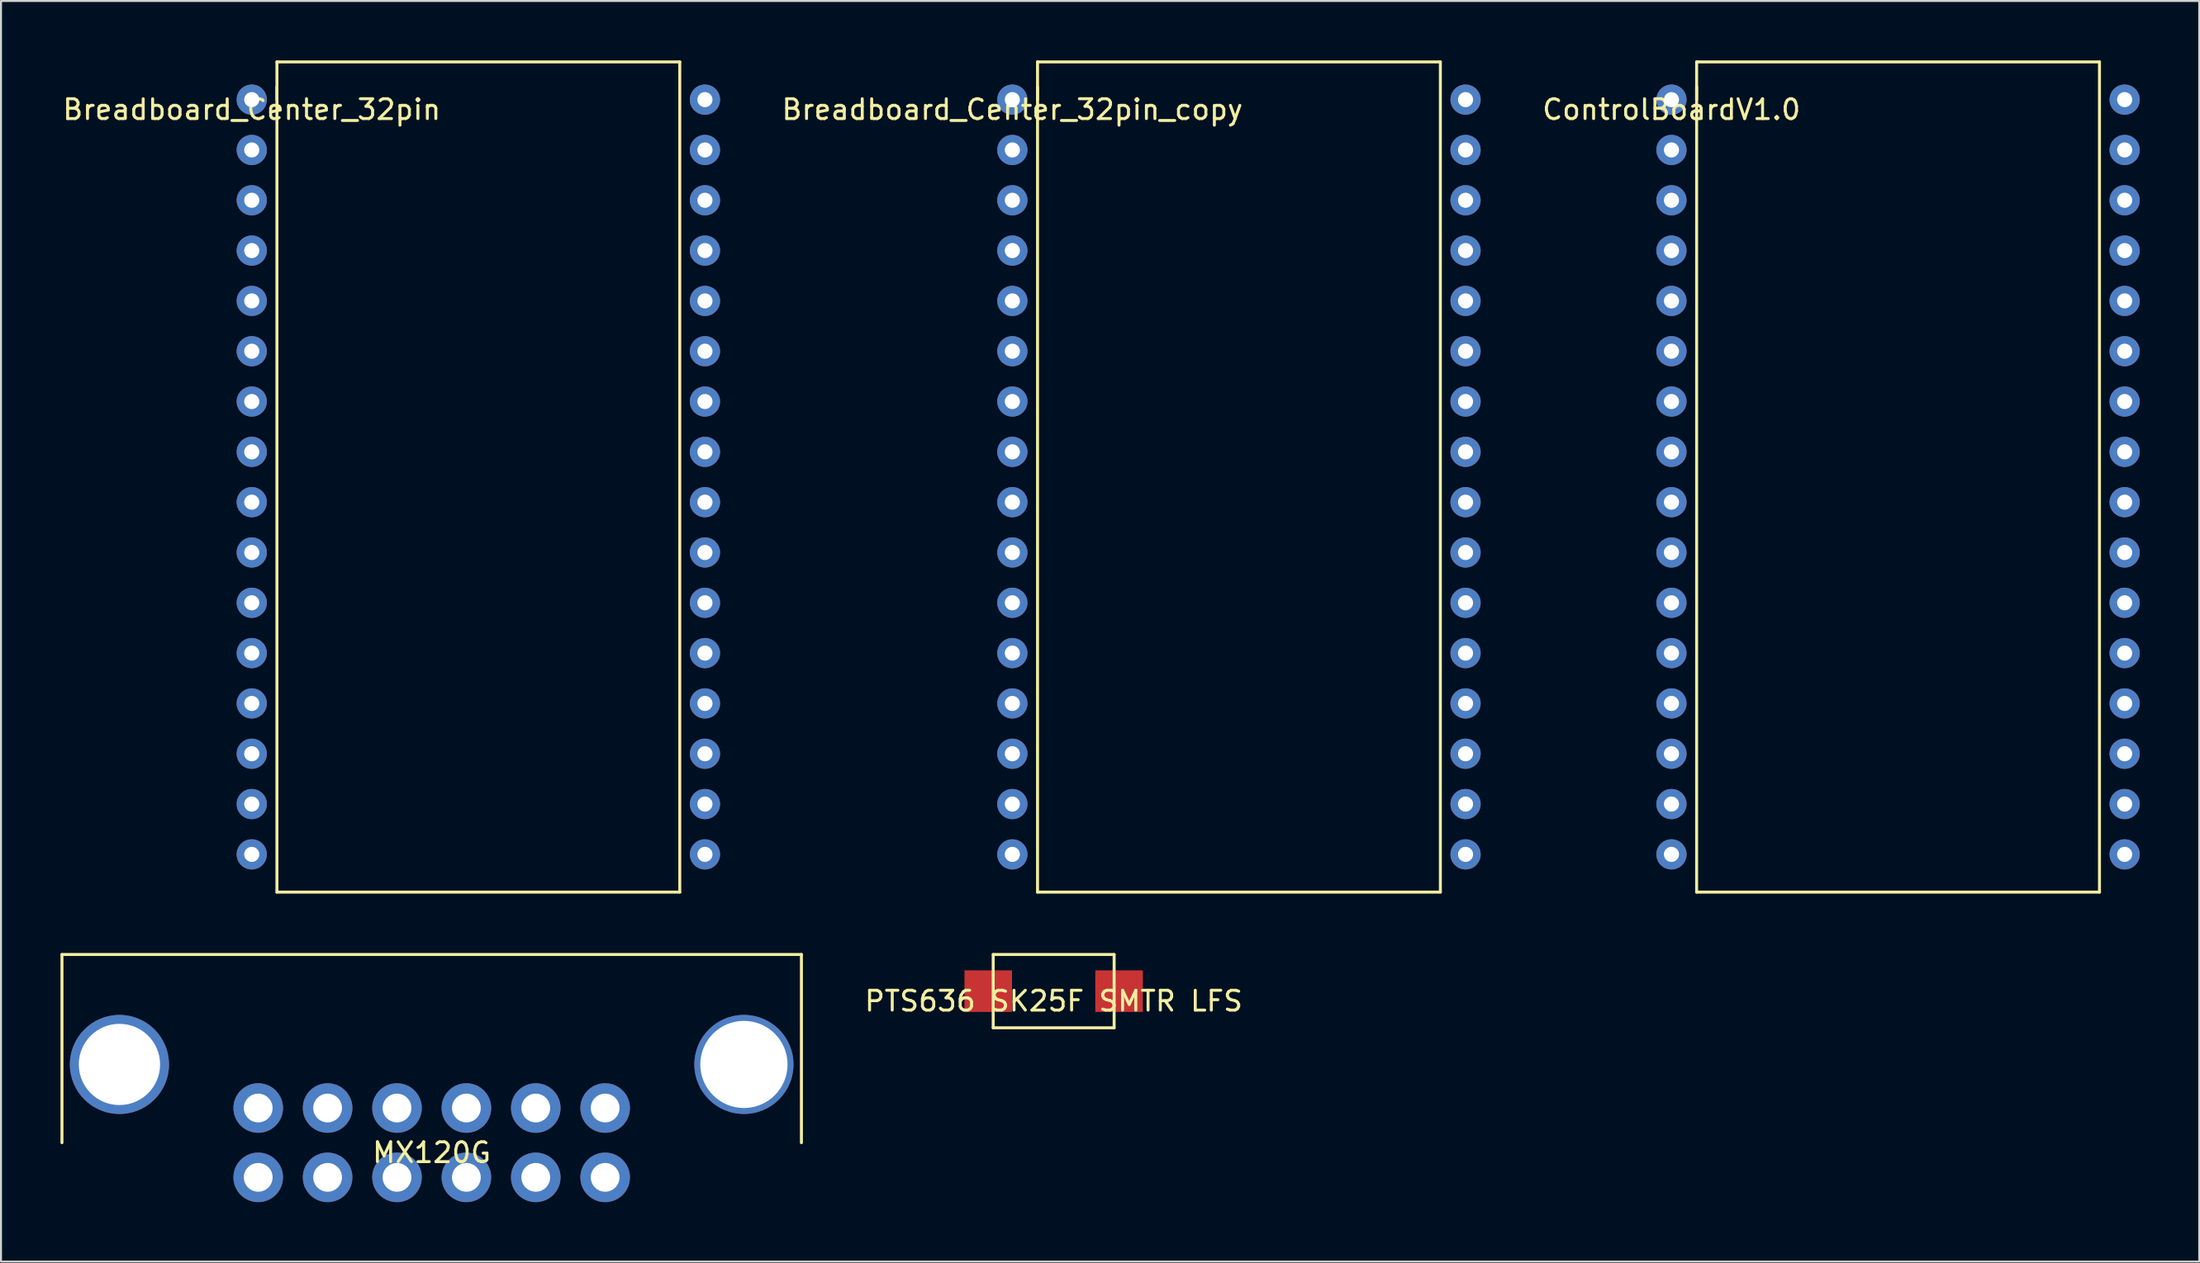
<source format=kicad_pcb>
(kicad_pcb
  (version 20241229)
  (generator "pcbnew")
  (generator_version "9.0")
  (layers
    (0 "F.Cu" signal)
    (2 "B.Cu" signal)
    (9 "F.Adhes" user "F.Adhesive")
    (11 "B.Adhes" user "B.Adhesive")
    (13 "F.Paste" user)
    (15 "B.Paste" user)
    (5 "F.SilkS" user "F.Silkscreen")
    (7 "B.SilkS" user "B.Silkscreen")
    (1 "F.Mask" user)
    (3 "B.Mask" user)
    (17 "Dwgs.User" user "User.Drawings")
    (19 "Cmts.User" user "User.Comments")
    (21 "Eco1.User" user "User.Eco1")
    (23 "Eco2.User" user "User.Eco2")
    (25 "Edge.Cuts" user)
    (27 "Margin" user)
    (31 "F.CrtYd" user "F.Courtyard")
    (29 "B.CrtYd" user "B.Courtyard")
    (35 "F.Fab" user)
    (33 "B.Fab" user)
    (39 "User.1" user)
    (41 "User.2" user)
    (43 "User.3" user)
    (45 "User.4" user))
  (footprint "MX120G"
    (layer "F.Cu")
    (at 18.725 54.635)
    (property "Reference" "MX120G" (at 0 0.5 0) (layer "F.SilkS") (effects (font (size 1 1) (thickness 0.15))))
    (attr through_hole)
    (fp_line (start -18.65 -9.5) (end 18.65 -9.5) (stroke (width 0.15) (type solid)) (layer "F.SilkS"))
    (fp_line (start -18.65 0) (end -18.65 -9.5) (stroke (width 0.15) (type solid)) (layer "F.SilkS"))
    (fp_line (start 18.65 0) (end 18.65 -9.5) (stroke (width 0.15) (type solid)) (layer "F.SilkS"))
    (pad "1" thru_hole circle (at 8.75 1.75) (size 2.5 2.5) (drill 1.45) (layers "*.Cu" "*.Mask"))
    (pad "2" thru_hole circle (at 5.25 1.75) (size 2.5 2.5) (drill 1.45) (layers "*.Cu" "*.Mask"))
    (pad "3" thru_hole circle (at 1.75 1.75) (size 2.5 2.5) (drill 1.45) (layers "*.Cu" "*.Mask"))
    (pad "4" thru_hole circle (at -1.75 1.75) (size 2.5 2.5) (drill 1.45) (layers "*.Cu" "*.Mask"))
    (pad "5" thru_hole circle (at -5.25 1.75) (size 2.5 2.5) (drill 1.45) (layers "*.Cu" "*.Mask"))
    (pad "6" thru_hole circle (at -8.75 1.75) (size 2.5 2.5) (drill 1.45) (layers "*.Cu" "*.Mask"))
    (pad "7" thru_hole circle (at 8.75 -1.75) (size 2.5 2.5) (drill 1.45) (layers "*.Cu" "*.Mask"))
    (pad "8" thru_hole circle (at 5.25 -1.75) (size 2.5 2.5) (drill 1.45) (layers "*.Cu" "*.Mask"))
    (pad "9" thru_hole circle (at 1.75 -1.75) (size 2.5 2.5) (drill 1.45) (layers "*.Cu" "*.Mask"))
    (pad "10" thru_hole circle (at -1.75 -1.75) (size 2.5 2.5) (drill 1.45) (layers "*.Cu" "*.Mask"))
    (pad "11" thru_hole circle (at -5.25 -1.75) (size 2.5 2.5) (drill 1.45) (layers "*.Cu" "*.Mask"))
    (pad "12" thru_hole circle (at -8.75 -1.75) (size 2.5 2.5) (drill 1.45) (layers "*.Cu" "*.Mask"))
    (pad "13" thru_hole circle (at -15.75 -3.95) (size 5 5) (drill 4.1) (layers "*.Cu" "*.Mask"))
    (pad "13" thru_hole circle (at 15.75 -3.95) (size 5 5) (drill 4.4) (layers "*.Cu" "*.Mask")))
  (footprint "ControlBoardV1.0"
    (layer "F.Cu")
    (at 81.262 1.98)
    (property "Reference" "ControlBoardV1.0" (at 0 0.5 0) (layer "F.SilkS") (effects (font (size 1 1) (thickness 0.15))))
    (attr through_hole)
    (fp_line (start 1.27 -1.905) (end 1.27 40.005) (stroke (width 0.15) (type solid)) (layer "F.SilkS"))
    (fp_line (start 1.27 -1.905) (end 21.59 -1.905) (stroke (width 0.15) (type solid)) (layer "F.SilkS"))
    (fp_line (start 1.27 0) (end 1.27 -0.635) (stroke (width 0.15) (type solid)) (layer "F.SilkS"))
    (fp_line (start 21.59 -1.905) (end 21.59 40.005) (stroke (width 0.15) (type solid)) (layer "F.SilkS"))
    (fp_line (start 21.59 40.005) (end 1.27 40.005) (stroke (width 0.15) (type solid)) (layer "F.SilkS"))
    (pad "1" thru_hole circle (at 0 0) (size 1.524 1.524) (drill 0.762) (layers "*.Cu" "*.Mask"))
    (pad "2" thru_hole circle (at 0 2.54) (size 1.524 1.524) (drill 0.762) (layers "*.Cu" "*.Mask"))
    (pad "3" thru_hole circle (at 0 5.08) (size 1.524 1.524) (drill 0.762) (layers "*.Cu" "*.Mask"))
    (pad "4" thru_hole circle (at 0 7.62) (size 1.524 1.524) (drill 0.762) (layers "*.Cu" "*.Mask"))
    (pad "5" thru_hole circle (at 0 10.16) (size 1.524 1.524) (drill 0.762) (layers "*.Cu" "*.Mask"))
    (pad "6" thru_hole circle (at 0 12.7) (size 1.524 1.524) (drill 0.762) (layers "*.Cu" "*.Mask"))
    (pad "7" thru_hole circle (at 0 15.24) (size 1.524 1.524) (drill 0.762) (layers "*.Cu" "*.Mask"))
    (pad "8" thru_hole circle (at 0 17.78) (size 1.524 1.524) (drill 0.762) (layers "*.Cu" "*.Mask"))
    (pad "9" thru_hole circle (at 0 20.32) (size 1.524 1.524) (drill 0.762) (layers "*.Cu" "*.Mask"))
    (pad "10" thru_hole circle (at 0 22.86) (size 1.524 1.524) (drill 0.762) (layers "*.Cu" "*.Mask"))
    (pad "11" thru_hole circle (at 0 25.4) (size 1.524 1.524) (drill 0.762) (layers "*.Cu" "*.Mask"))
    (pad "12" thru_hole circle (at 0 27.94) (size 1.524 1.524) (drill 0.762) (layers "*.Cu" "*.Mask"))
    (pad "13" thru_hole circle (at 0 30.48) (size 1.524 1.524) (drill 0.762) (layers "*.Cu" "*.Mask"))
    (pad "14" thru_hole circle (at 0 33.02) (size 1.524 1.524) (drill 0.762) (layers "*.Cu" "*.Mask"))
    (pad "15" thru_hole circle (at 0 35.56) (size 1.524 1.524) (drill 0.762) (layers "*.Cu" "*.Mask"))
    (pad "16" thru_hole circle (at 0 38.1) (size 1.524 1.524) (drill 0.762) (layers "*.Cu" "*.Mask"))
    (pad "17" thru_hole circle (at 22.86 0) (size 1.524 1.524) (drill 0.762) (layers "*.Cu" "*.Mask"))
    (pad "18" thru_hole circle (at 22.86 2.54) (size 1.524 1.524) (drill 0.762) (layers "*.Cu" "*.Mask"))
    (pad "19" thru_hole circle (at 22.86 5.08) (size 1.524 1.524) (drill 0.762) (layers "*.Cu" "*.Mask"))
    (pad "20" thru_hole circle (at 22.86 7.62) (size 1.524 1.524) (drill 0.762) (layers "*.Cu" "*.Mask"))
    (pad "21" thru_hole circle (at 22.86 10.16) (size 1.524 1.524) (drill 0.762) (layers "*.Cu" "*.Mask"))
    (pad "22" thru_hole circle (at 22.86 12.7) (size 1.524 1.524) (drill 0.762) (layers "*.Cu" "*.Mask"))
    (pad "23" thru_hole circle (at 22.86 15.24) (size 1.524 1.524) (drill 0.762) (layers "*.Cu" "*.Mask"))
    (pad "24" thru_hole circle (at 22.86 17.78) (size 1.524 1.524) (drill 0.762) (layers "*.Cu" "*.Mask"))
    (pad "25" thru_hole circle (at 22.86 20.32) (size 1.524 1.524) (drill 0.762) (layers "*.Cu" "*.Mask"))
    (pad "26" thru_hole circle (at 22.86 22.86) (size 1.524 1.524) (drill 0.762) (layers "*.Cu" "*.Mask"))
    (pad "27" thru_hole circle (at 22.86 25.4) (size 1.524 1.524) (drill 0.762) (layers "*.Cu" "*.Mask"))
    (pad "28" thru_hole circle (at 22.86 27.94) (size 1.524 1.524) (drill 0.762) (layers "*.Cu" "*.Mask"))
    (pad "29" thru_hole circle (at 22.86 30.48) (size 1.524 1.524) (drill 0.762) (layers "*.Cu" "*.Mask"))
    (pad "30" thru_hole circle (at 22.86 33.02) (size 1.524 1.524) (drill 0.762) (layers "*.Cu" "*.Mask"))
    (pad "31" thru_hole circle (at 22.86 35.56) (size 1.524 1.524) (drill 0.762) (layers "*.Cu" "*.Mask"))
    (pad "32" thru_hole circle (at 22.86 38.1) (size 1.524 1.524) (drill 0.762) (layers "*.Cu" "*.Mask")))
  (footprint "Breadboard_Center_32pin"
    (layer "F.Cu")
    (at 9.649 1.98)
    (property "Reference" "Breadboard_Center_32pin" (at 0 0.5 0) (layer "F.SilkS") (effects (font (size 1 1) (thickness 0.15))))
    (attr through_hole)
    (fp_line (start 1.27 -1.905) (end 1.27 40.005) (stroke (width 0.15) (type solid)) (layer "F.SilkS"))
    (fp_line (start 1.27 -1.905) (end 21.59 -1.905) (stroke (width 0.15) (type solid)) (layer "F.SilkS"))
    (fp_line (start 1.27 0) (end 1.27 -0.635) (stroke (width 0.15) (type solid)) (layer "F.SilkS"))
    (fp_line (start 21.59 -1.905) (end 21.59 40.005) (stroke (width 0.15) (type solid)) (layer "F.SilkS"))
    (fp_line (start 21.59 40.005) (end 1.27 40.005) (stroke (width 0.15) (type solid)) (layer "F.SilkS"))
    (pad "1" thru_hole circle (at 0 0) (size 1.524 1.524) (drill 0.762) (layers "*.Cu" "*.Mask"))
    (pad "2" thru_hole circle (at 0 2.54) (size 1.524 1.524) (drill 0.762) (layers "*.Cu" "*.Mask"))
    (pad "3" thru_hole circle (at 0 5.08) (size 1.524 1.524) (drill 0.762) (layers "*.Cu" "*.Mask"))
    (pad "4" thru_hole circle (at 0 7.62) (size 1.524 1.524) (drill 0.762) (layers "*.Cu" "*.Mask"))
    (pad "5" thru_hole circle (at 0 10.16) (size 1.524 1.524) (drill 0.762) (layers "*.Cu" "*.Mask"))
    (pad "6" thru_hole circle (at 0 12.7) (size 1.524 1.524) (drill 0.762) (layers "*.Cu" "*.Mask"))
    (pad "7" thru_hole circle (at 0 15.24) (size 1.524 1.524) (drill 0.762) (layers "*.Cu" "*.Mask"))
    (pad "8" thru_hole circle (at 0 17.78) (size 1.524 1.524) (drill 0.762) (layers "*.Cu" "*.Mask"))
    (pad "9" thru_hole circle (at 0 20.32) (size 1.524 1.524) (drill 0.762) (layers "*.Cu" "*.Mask"))
    (pad "10" thru_hole circle (at 0 22.86) (size 1.524 1.524) (drill 0.762) (layers "*.Cu" "*.Mask"))
    (pad "11" thru_hole circle (at 0 25.4) (size 1.524 1.524) (drill 0.762) (layers "*.Cu" "*.Mask"))
    (pad "12" thru_hole circle (at 0 27.94) (size 1.524 1.524) (drill 0.762) (layers "*.Cu" "*.Mask"))
    (pad "13" thru_hole circle (at 0 30.48) (size 1.524 1.524) (drill 0.762) (layers "*.Cu" "*.Mask"))
    (pad "14" thru_hole circle (at 0 33.02) (size 1.524 1.524) (drill 0.762) (layers "*.Cu" "*.Mask"))
    (pad "15" thru_hole circle (at 0 35.56) (size 1.524 1.524) (drill 0.762) (layers "*.Cu" "*.Mask"))
    (pad "16" thru_hole circle (at 0 38.1) (size 1.524 1.524) (drill 0.762) (layers "*.Cu" "*.Mask"))
    (pad "17" thru_hole circle (at 22.86 0) (size 1.524 1.524) (drill 0.762) (layers "*.Cu" "*.Mask"))
    (pad "18" thru_hole circle (at 22.86 2.54) (size 1.524 1.524) (drill 0.762) (layers "*.Cu" "*.Mask"))
    (pad "19" thru_hole circle (at 22.86 5.08) (size 1.524 1.524) (drill 0.762) (layers "*.Cu" "*.Mask"))
    (pad "20" thru_hole circle (at 22.86 7.62) (size 1.524 1.524) (drill 0.762) (layers "*.Cu" "*.Mask"))
    (pad "21" thru_hole circle (at 22.86 10.16) (size 1.524 1.524) (drill 0.762) (layers "*.Cu" "*.Mask"))
    (pad "22" thru_hole circle (at 22.86 12.7) (size 1.524 1.524) (drill 0.762) (layers "*.Cu" "*.Mask"))
    (pad "23" thru_hole circle (at 22.86 15.24) (size 1.524 1.524) (drill 0.762) (layers "*.Cu" "*.Mask"))
    (pad "24" thru_hole circle (at 22.86 17.78) (size 1.524 1.524) (drill 0.762) (layers "*.Cu" "*.Mask"))
    (pad "25" thru_hole circle (at 22.86 20.32) (size 1.524 1.524) (drill 0.762) (layers "*.Cu" "*.Mask"))
    (pad "26" thru_hole circle (at 22.86 22.86) (size 1.524 1.524) (drill 0.762) (layers "*.Cu" "*.Mask"))
    (pad "27" thru_hole circle (at 22.86 25.4) (size 1.524 1.524) (drill 0.762) (layers "*.Cu" "*.Mask"))
    (pad "28" thru_hole circle (at 22.86 27.94) (size 1.524 1.524) (drill 0.762) (layers "*.Cu" "*.Mask"))
    (pad "29" thru_hole circle (at 22.86 30.48) (size 1.524 1.524) (drill 0.762) (layers "*.Cu" "*.Mask"))
    (pad "30" thru_hole circle (at 22.86 33.02) (size 1.524 1.524) (drill 0.762) (layers "*.Cu" "*.Mask"))
    (pad "31" thru_hole circle (at 22.86 35.56) (size 1.524 1.524) (drill 0.762) (layers "*.Cu" "*.Mask"))
    (pad "32" thru_hole circle (at 22.86 38.1) (size 1.524 1.524) (drill 0.762) (layers "*.Cu" "*.Mask")))
  (footprint "Breadboard_Center_32pin_copy"
    (layer "F.Cu")
    (at 48.015 1.98)
    (property "Reference" "Breadboard_Center_32pin_copy" (at 0 0.5 0) (layer "F.SilkS") (effects (font (size 1 1) (thickness 0.15))))
    (attr through_hole)
    (fp_line (start 1.27 -1.905) (end 1.27 40.005) (stroke (width 0.15) (type solid)) (layer "F.SilkS"))
    (fp_line (start 1.27 -1.905) (end 21.59 -1.905) (stroke (width 0.15) (type solid)) (layer "F.SilkS"))
    (fp_line (start 1.27 0) (end 1.27 -0.635) (stroke (width 0.15) (type solid)) (layer "F.SilkS"))
    (fp_line (start 21.59 -1.905) (end 21.59 40.005) (stroke (width 0.15) (type solid)) (layer "F.SilkS"))
    (fp_line (start 21.59 40.005) (end 1.27 40.005) (stroke (width 0.15) (type solid)) (layer "F.SilkS"))
    (pad "1" thru_hole circle (at 0 0) (size 1.524 1.524) (drill 0.762) (layers "*.Cu" "*.Mask"))
    (pad "2" thru_hole circle (at 0 2.54) (size 1.524 1.524) (drill 0.762) (layers "*.Cu" "*.Mask"))
    (pad "3" thru_hole circle (at 0 5.08) (size 1.524 1.524) (drill 0.762) (layers "*.Cu" "*.Mask"))
    (pad "4" thru_hole circle (at 0 7.62) (size 1.524 1.524) (drill 0.762) (layers "*.Cu" "*.Mask"))
    (pad "5" thru_hole circle (at 0 10.16) (size 1.524 1.524) (drill 0.762) (layers "*.Cu" "*.Mask"))
    (pad "6" thru_hole circle (at 0 12.7) (size 1.524 1.524) (drill 0.762) (layers "*.Cu" "*.Mask"))
    (pad "7" thru_hole circle (at 0 15.24) (size 1.524 1.524) (drill 0.762) (layers "*.Cu" "*.Mask"))
    (pad "8" thru_hole circle (at 0 17.78) (size 1.524 1.524) (drill 0.762) (layers "*.Cu" "*.Mask"))
    (pad "9" thru_hole circle (at 0 20.32) (size 1.524 1.524) (drill 0.762) (layers "*.Cu" "*.Mask"))
    (pad "10" thru_hole circle (at 0 22.86) (size 1.524 1.524) (drill 0.762) (layers "*.Cu" "*.Mask"))
    (pad "11" thru_hole circle (at 0 25.4) (size 1.524 1.524) (drill 0.762) (layers "*.Cu" "*.Mask"))
    (pad "12" thru_hole circle (at 0 27.94) (size 1.524 1.524) (drill 0.762) (layers "*.Cu" "*.Mask"))
    (pad "13" thru_hole circle (at 0 30.48) (size 1.524 1.524) (drill 0.762) (layers "*.Cu" "*.Mask"))
    (pad "14" thru_hole circle (at 0 33.02) (size 1.524 1.524) (drill 0.762) (layers "*.Cu" "*.Mask"))
    (pad "15" thru_hole circle (at 0 35.56) (size 1.524 1.524) (drill 0.762) (layers "*.Cu" "*.Mask"))
    (pad "16" thru_hole circle (at 0 38.1) (size 1.524 1.524) (drill 0.762) (layers "*.Cu" "*.Mask"))
    (pad "17" thru_hole circle (at 22.86 0) (size 1.524 1.524) (drill 0.762) (layers "*.Cu" "*.Mask"))
    (pad "18" thru_hole circle (at 22.86 2.54) (size 1.524 1.524) (drill 0.762) (layers "*.Cu" "*.Mask"))
    (pad "19" thru_hole circle (at 22.86 5.08) (size 1.524 1.524) (drill 0.762) (layers "*.Cu" "*.Mask"))
    (pad "20" thru_hole circle (at 22.86 7.62) (size 1.524 1.524) (drill 0.762) (layers "*.Cu" "*.Mask"))
    (pad "21" thru_hole circle (at 22.86 10.16) (size 1.524 1.524) (drill 0.762) (layers "*.Cu" "*.Mask"))
    (pad "22" thru_hole circle (at 22.86 12.7) (size 1.524 1.524) (drill 0.762) (layers "*.Cu" "*.Mask"))
    (pad "23" thru_hole circle (at 22.86 15.24) (size 1.524 1.524) (drill 0.762) (layers "*.Cu" "*.Mask"))
    (pad "24" thru_hole circle (at 22.86 17.78) (size 1.524 1.524) (drill 0.762) (layers "*.Cu" "*.Mask"))
    (pad "25" thru_hole circle (at 22.86 20.32) (size 1.524 1.524) (drill 0.762) (layers "*.Cu" "*.Mask"))
    (pad "26" thru_hole circle (at 22.86 22.86) (size 1.524 1.524) (drill 0.762) (layers "*.Cu" "*.Mask"))
    (pad "27" thru_hole circle (at 22.86 25.4) (size 1.524 1.524) (drill 0.762) (layers "*.Cu" "*.Mask"))
    (pad "28" thru_hole circle (at 22.86 27.94) (size 1.524 1.524) (drill 0.762) (layers "*.Cu" "*.Mask"))
    (pad "29" thru_hole circle (at 22.86 30.48) (size 1.524 1.524) (drill 0.762) (layers "*.Cu" "*.Mask"))
    (pad "30" thru_hole circle (at 22.86 33.02) (size 1.524 1.524) (drill 0.762) (layers "*.Cu" "*.Mask"))
    (pad "31" thru_hole circle (at 22.86 35.56) (size 1.524 1.524) (drill 0.762) (layers "*.Cu" "*.Mask"))
    (pad "32" thru_hole circle (at 22.86 38.1) (size 1.524 1.524) (drill 0.762) (layers "*.Cu" "*.Mask")))
  (footprint "PTS636 SK25F SMTR LFS"
    (layer "F.Cu")
    (at 50.099 46.985)
    (property "Reference" "PTS636 SK25F SMTR LFS" (at 0 0.5 0) (layer "F.SilkS") (effects (font (size 1 1) (thickness 0.15))))
    (attr through_hole)
    (fp_line (start -3.05 -1.85) (end -3.05 1.85) (stroke (width 0.15) (type solid)) (layer "F.SilkS"))
    (fp_line (start -3.05 -1.85) (end 3.05 -1.85) (stroke (width 0.15) (type solid)) (layer "F.SilkS"))
    (fp_line (start -3.05 1.85) (end 3.05 1.85) (stroke (width 0.15) (type solid)) (layer "F.SilkS"))
    (fp_line (start 3.05 -1.85) (end 3.05 1.85) (stroke (width 0.15) (type solid)) (layer "F.SilkS"))
    (pad "1" smd rect (at -3.3 0) (size 2.4 2.1) (layers "F.Cu" "F.Mask" "F.Paste"))
    (pad "2" smd rect (at 3.3 0) (size 2.4 2.1) (layers "F.Cu" "F.Mask" "F.Paste")))
  (gr_rect
    (start -3 -3)
    (end 107.884 60.635)
    (stroke (width 0.1) (type default))
    (fill no)
    (layer "Edge.Cuts")))
</source>
